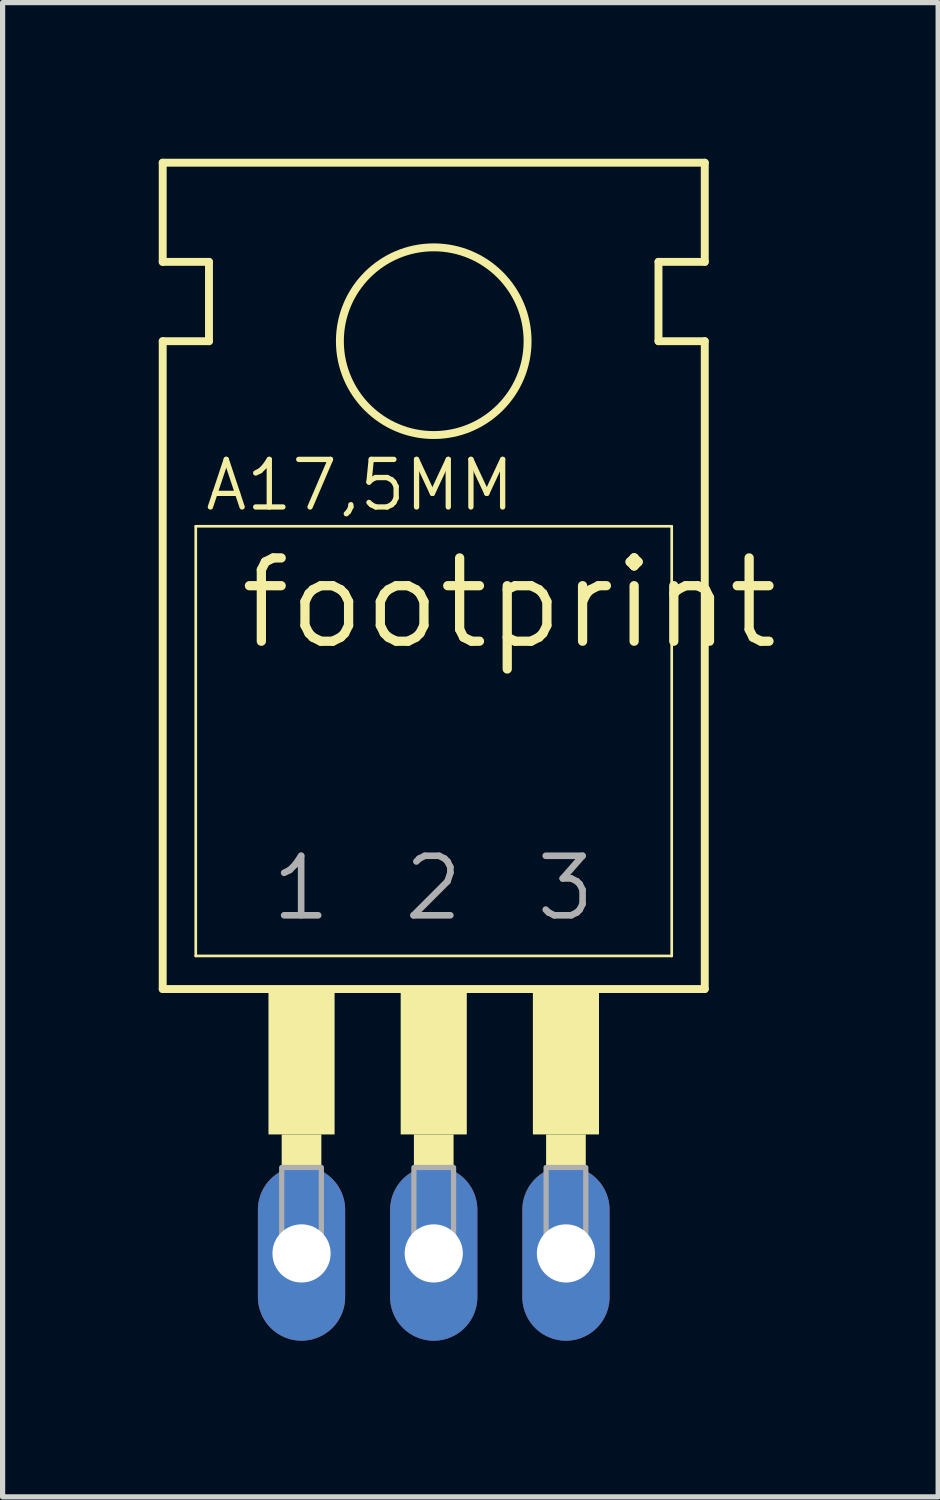
<source format=kicad_pcb>
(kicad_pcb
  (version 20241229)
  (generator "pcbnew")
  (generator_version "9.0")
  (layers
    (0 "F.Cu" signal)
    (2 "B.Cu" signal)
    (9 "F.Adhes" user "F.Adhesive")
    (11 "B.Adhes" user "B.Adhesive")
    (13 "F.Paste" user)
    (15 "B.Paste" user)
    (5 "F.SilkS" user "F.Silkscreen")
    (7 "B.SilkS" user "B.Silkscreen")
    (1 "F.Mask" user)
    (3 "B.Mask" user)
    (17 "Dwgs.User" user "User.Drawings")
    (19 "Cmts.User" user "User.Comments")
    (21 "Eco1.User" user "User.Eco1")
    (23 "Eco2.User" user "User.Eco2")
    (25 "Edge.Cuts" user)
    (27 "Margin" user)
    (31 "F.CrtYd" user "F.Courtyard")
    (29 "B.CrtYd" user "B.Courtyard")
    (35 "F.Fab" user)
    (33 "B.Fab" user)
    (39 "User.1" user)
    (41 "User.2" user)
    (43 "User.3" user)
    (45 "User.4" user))
  (footprint "footprint"
    (layer "F.Cu")
    (at 5.283 14.681)
    (property "Reference" "footprint" (at -3.81 -5.207 0) (layer "F.SilkS") (effects (font (size 1.6 1.6) (thickness 0.178)) (justify left bottom)))
    (fp_line (start -5.207 -12.7) (end -5.207 -14.605) (stroke (width 0.152) (type solid)) (layer "F.SilkS"))
    (fp_line (start -5.207 -11.176) (end -4.318 -11.176) (stroke (width 0.152) (type solid)) (layer "F.SilkS"))
    (fp_line (start -5.207 1.27) (end -5.207 -11.176) (stroke (width 0.152) (type solid)) (layer "F.SilkS"))
    (fp_line (start -5.207 1.27) (end 5.207 1.27) (stroke (width 0.152) (type solid)) (layer "F.SilkS"))
    (fp_line (start -4.572 0.635) (end -4.572 -7.62) (stroke (width 0.051) (type solid)) (layer "F.SilkS"))
    (fp_line (start -4.572 0.635) (end 4.572 0.635) (stroke (width 0.051) (type solid)) (layer "F.SilkS"))
    (fp_line (start -4.318 -12.7) (end -5.207 -12.7) (stroke (width 0.152) (type solid)) (layer "F.SilkS"))
    (fp_line (start -4.318 -11.176) (end -4.318 -12.7) (stroke (width 0.152) (type solid)) (layer "F.SilkS"))
    (fp_line (start 4.318 -12.7) (end 5.207 -12.7) (stroke (width 0.152) (type solid)) (layer "F.SilkS"))
    (fp_line (start 4.318 -11.176) (end 4.318 -12.7) (stroke (width 0.152) (type solid)) (layer "F.SilkS"))
    (fp_line (start 4.572 -7.62) (end -4.572 -7.62) (stroke (width 0.051) (type solid)) (layer "F.SilkS"))
    (fp_line (start 4.572 -7.62) (end 4.572 0.635) (stroke (width 0.051) (type solid)) (layer "F.SilkS"))
    (fp_line (start 5.207 -14.605) (end -5.207 -14.605) (stroke (width 0.152) (type solid)) (layer "F.SilkS"))
    (fp_line (start 5.207 -12.7) (end 5.207 -14.605) (stroke (width 0.152) (type solid)) (layer "F.SilkS"))
    (fp_line (start 5.207 -11.176) (end 4.318 -11.176) (stroke (width 0.152) (type solid)) (layer "F.SilkS"))
    (fp_line (start 5.207 1.27) (end 5.207 -11.176) (stroke (width 0.152) (type solid)) (layer "F.SilkS"))
    (fp_circle (center 0 -11.176) (end 1.803 -11.176) (stroke (width 0.152) (type solid)) (fill no) (layer "F.SilkS"))
    (fp_poly (pts (xy -3.175 4.064) (xy -1.905 4.064) (xy -1.905 1.27) (xy -3.175 1.27)) (stroke (width 0) (type solid)) (fill yes) (layer "F.SilkS"))
    (fp_poly (pts (xy -2.921 4.699) (xy -2.159 4.699) (xy -2.159 4.064) (xy -2.921 4.064)) (stroke (width 0) (type solid)) (fill yes) (layer "F.SilkS"))
    (fp_poly (pts (xy -0.635 4.064) (xy 0.635 4.064) (xy 0.635 1.27) (xy -0.635 1.27)) (stroke (width 0) (type solid)) (fill yes) (layer "F.SilkS"))
    (fp_poly (pts (xy -0.381 4.699) (xy 0.381 4.699) (xy 0.381 4.064) (xy -0.381 4.064)) (stroke (width 0) (type solid)) (fill yes) (layer "F.SilkS"))
    (fp_poly (pts (xy 1.905 4.064) (xy 3.175 4.064) (xy 3.175 1.27) (xy 1.905 1.27)) (stroke (width 0) (type solid)) (fill yes) (layer "F.SilkS"))
    (fp_poly (pts (xy 2.159 4.699) (xy 2.921 4.699) (xy 2.921 4.064) (xy 2.159 4.064)) (stroke (width 0) (type solid)) (fill yes) (layer "F.SilkS"))
    (fp_poly (pts (xy -2.921 6.604) (xy -2.159 6.604) (xy -2.159 4.699) (xy -2.921 4.699)) (stroke (width 0.1) (type solid)) (fill no) (layer "F.Fab"))
    (fp_poly (pts (xy -0.381 6.604) (xy 0.381 6.604) (xy 0.381 4.699) (xy -0.381 4.699)) (stroke (width 0.1) (type solid)) (fill no) (layer "F.Fab"))
    (fp_poly (pts (xy 2.159 6.604) (xy 2.921 6.604) (xy 2.921 4.699) (xy 2.159 4.699)) (stroke (width 0.1) (type solid)) (fill no) (layer "F.Fab"))
    (fp_text user "A17,5MM" (at -4.445 -7.874 0) (layer "F.SilkS") (effects (font (size 0.914 0.914) (thickness 0.102)) (justify left bottom)))
    (fp_text user "1" (at -3.175 0 0) (layer "F.Fab") (effects (font (size 1.143 1.143) (thickness 0.127)) (justify left bottom)))
    (fp_text user "2" (at -0.635 0 0) (layer "F.Fab") (effects (font (size 1.143 1.143) (thickness 0.127)) (justify left bottom)))
    (fp_text user "3" (at 1.905 0 0) (layer "F.Fab") (effects (font (size 1.143 1.143) (thickness 0.127)) (justify left bottom)))
    (pad "1" thru_hole oval (at -2.54 6.35 90) (size 3.353 1.676) (drill 1.118) (layers "*.Cu" "*.Mask"))
    (pad "2" thru_hole oval (at 0 6.35 90) (size 3.353 1.676) (drill 1.118) (layers "*.Cu" "*.Mask"))
    (pad "3" thru_hole oval (at 2.54 6.35 90) (size 3.353 1.676) (drill 1.118) (layers "*.Cu" "*.Mask")))
  (gr_rect
    (start -3 -3)
    (end 14.974 25.708)
    (stroke (width 0.1) (type default))
    (fill no)
    (layer "Edge.Cuts")))
</source>
